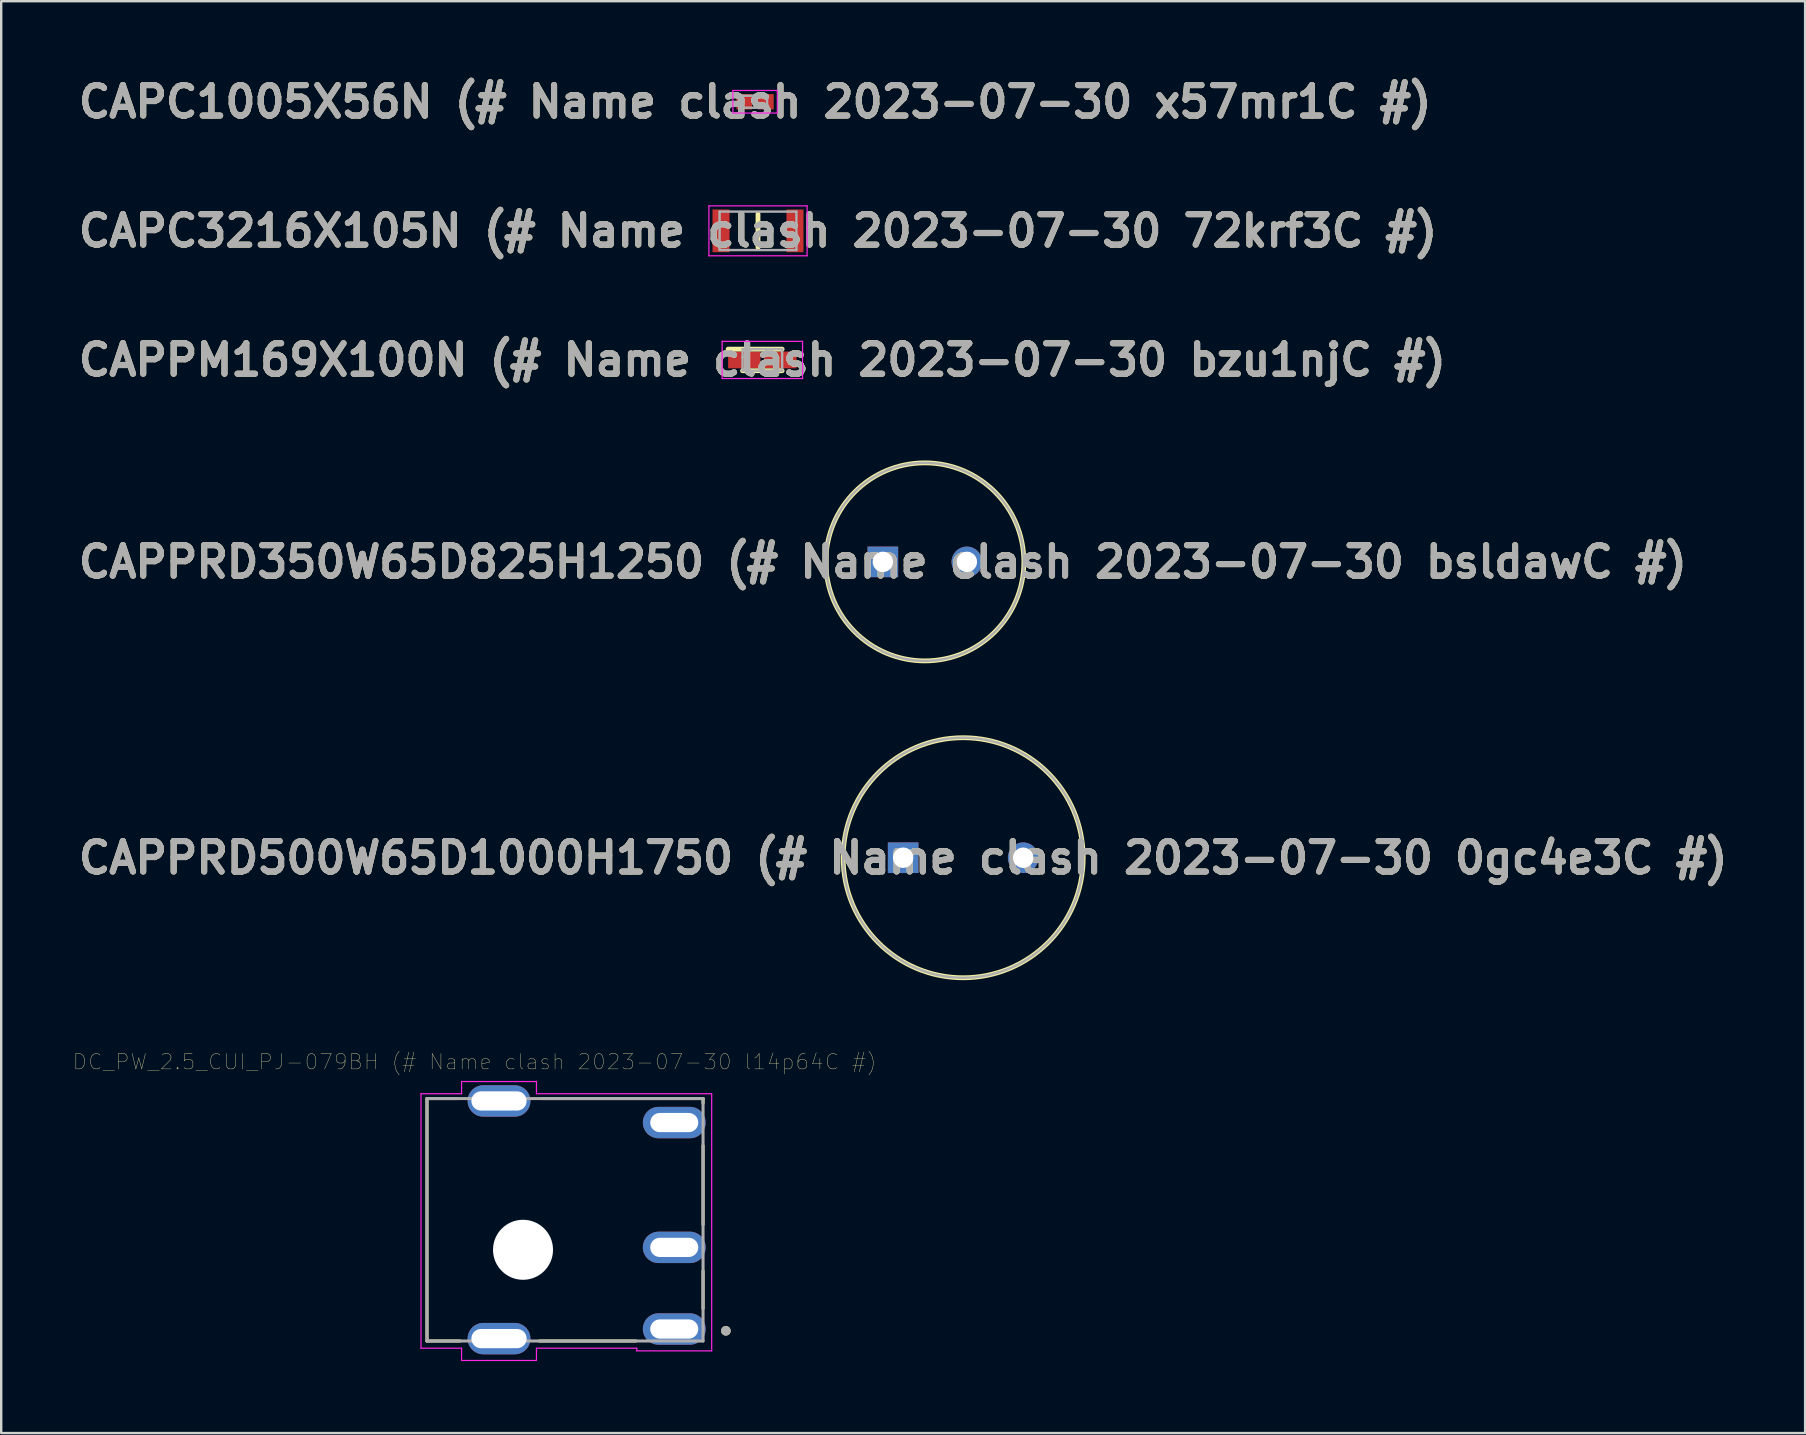
<source format=kicad_pcb>
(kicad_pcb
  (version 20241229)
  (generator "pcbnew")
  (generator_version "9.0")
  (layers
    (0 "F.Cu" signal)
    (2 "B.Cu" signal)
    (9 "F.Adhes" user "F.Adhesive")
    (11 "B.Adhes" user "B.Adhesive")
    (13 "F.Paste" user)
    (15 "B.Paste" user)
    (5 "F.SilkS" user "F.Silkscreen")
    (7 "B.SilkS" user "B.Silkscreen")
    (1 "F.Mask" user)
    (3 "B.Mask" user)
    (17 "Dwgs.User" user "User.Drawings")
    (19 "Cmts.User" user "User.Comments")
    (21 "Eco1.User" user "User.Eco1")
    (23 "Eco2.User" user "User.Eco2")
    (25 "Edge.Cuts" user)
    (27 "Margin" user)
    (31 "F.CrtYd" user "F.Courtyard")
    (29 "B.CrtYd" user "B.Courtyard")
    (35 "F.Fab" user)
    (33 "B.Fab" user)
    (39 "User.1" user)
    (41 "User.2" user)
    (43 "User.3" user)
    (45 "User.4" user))
  (footprint "CAPPRD350W65D825H1250 (# Name clash 2023-07-30 bsldawC #)"
    (layer "F.Cu")
    (at 33.728 20.357)
    (property "Reference" "CAPPRD350W65D825H1250 (# Name clash 2023-07-30 bsldawC #)" (at 0 0 0) (layer "F.SilkS") (effects (font (size 1.27 1.27) (thickness 0.254))))
    (attr through_hole)
    (fp_circle (center 1.75 0) (end 1.75 4.125) (stroke (width 0.2) (type solid)) (fill no) (layer "F.SilkS"))
    (fp_circle (center 1.75 0) (end 1.75 4.125) (stroke (width 0.1) (type solid)) (fill no) (layer "F.Fab"))
    (fp_text user "${REFERENCE}" (at 0 0 0) (layer "F.Fab") (effects (font (size 1.27 1.27) (thickness 0.254))))
    (pad "1" thru_hole rect (at 0 0) (size 1.275 1.275) (drill 0.85) (layers "*.Cu" "*.Mask"))
    (pad "2" thru_hole circle (at 3.5 0) (size 1.275 1.275) (drill 0.85) (layers "*.Cu" "*.Mask")))
  (footprint "CAPPM169X100N (# Name clash 2023-07-30 bzu1njC #)"
    (layer "F.Cu")
    (at 28.708 11.944)
    (property "Reference" "CAPPM169X100N (# Name clash 2023-07-30 bzu1njC #)" (at 0 0 0) (layer "F.SilkS") (effects (font (size 1.27 1.27) (thickness 0.254))))
    (attr smd)
    (fp_line (start -0.825 0.45) (end 0.825 0.45) (stroke (width 0.2) (type solid)) (layer "F.SilkS"))
    (fp_line (start 0.825 -0.45) (end -1.425 -0.45) (stroke (width 0.2) (type solid)) (layer "F.SilkS"))
    (fp_line (start -1.675 -0.775) (end 1.675 -0.775) (stroke (width 0.05) (type solid)) (layer "F.CrtYd"))
    (fp_line (start -1.675 0.775) (end -1.675 -0.775) (stroke (width 0.05) (type solid)) (layer "F.CrtYd"))
    (fp_line (start 1.675 -0.775) (end 1.675 0.775) (stroke (width 0.05) (type solid)) (layer "F.CrtYd"))
    (fp_line (start 1.675 0.775) (end -1.675 0.775) (stroke (width 0.05) (type solid)) (layer "F.CrtYd"))
    (fp_line (start -0.825 -0.45) (end 0.825 -0.45) (stroke (width 0.1) (type solid)) (layer "F.Fab"))
    (fp_line (start -0.825 -0.1) (end -0.475 -0.45) (stroke (width 0.1) (type solid)) (layer "F.Fab"))
    (fp_line (start -0.825 0.45) (end -0.825 -0.45) (stroke (width 0.1) (type solid)) (layer "F.Fab"))
    (fp_line (start 0.825 -0.45) (end 0.825 0.45) (stroke (width 0.1) (type solid)) (layer "F.Fab"))
    (fp_line (start 0.825 0.45) (end -0.825 0.45) (stroke (width 0.1) (type solid)) (layer "F.Fab"))
    (fp_text user "${REFERENCE}" (at 0 0 0) (layer "F.Fab") (effects (font (size 1.27 1.27) (thickness 0.254))))
    (pad "1" smd rect (at -0.75 0 90) (size 0.7 1.35) (layers "F.Cu" "F.Mask" "F.Paste"))
    (pad "2" smd rect (at 0.75 0 90) (size 0.7 1.35) (layers "F.Cu" "F.Mask" "F.Paste")))
  (footprint "CAPPRD500W65D1000H1750 (# Name clash 2023-07-30 0gc4e3C #)"
    (layer "F.Cu")
    (at 34.574 32.682)
    (property "Reference" "CAPPRD500W65D1000H1750 (# Name clash 2023-07-30 0gc4e3C #)" (at 0 0 0) (layer "F.SilkS") (effects (font (size 1.27 1.27) (thickness 0.254))))
    (attr through_hole)
    (fp_circle (center 2.5 0) (end 2.5 5) (stroke (width 0.2) (type solid)) (fill no) (layer "F.SilkS"))
    (fp_circle (center 2.5 0) (end 2.5 5) (stroke (width 0.1) (type solid)) (fill no) (layer "F.Fab"))
    (fp_text user "${REFERENCE}" (at 0 0 0) (layer "F.Fab") (effects (font (size 1.27 1.27) (thickness 0.254))))
    (pad "1" thru_hole rect (at 0 0) (size 1.275 1.275) (drill 0.85) (layers "*.Cu" "*.Mask"))
    (pad "2" thru_hole circle (at 5 0) (size 1.275 1.275) (drill 0.85) (layers "*.Cu" "*.Mask")))
  (footprint "CAPC3216X105N (# Name clash 2023-07-30 72krf3C #)"
    (layer "F.Cu")
    (at 28.527 6.566)
    (property "Reference" "CAPC3216X105N (# Name clash 2023-07-30 72krf3C #)" (at 0 0 0) (layer "F.SilkS") (effects (font (size 1.27 1.27) (thickness 0.254))))
    (attr smd)
    (fp_line (start 0 -0.7) (end 0 0.7) (stroke (width 0.2) (type solid)) (layer "F.SilkS"))
    (fp_line (start -2.045 -1.04) (end 2.045 -1.04) (stroke (width 0.05) (type solid)) (layer "F.CrtYd"))
    (fp_line (start -2.045 1.04) (end -2.045 -1.04) (stroke (width 0.05) (type solid)) (layer "F.CrtYd"))
    (fp_line (start 2.045 -1.04) (end 2.045 1.04) (stroke (width 0.05) (type solid)) (layer "F.CrtYd"))
    (fp_line (start 2.045 1.04) (end -2.045 1.04) (stroke (width 0.05) (type solid)) (layer "F.CrtYd"))
    (fp_line (start -1.6 -0.8) (end 1.6 -0.8) (stroke (width 0.1) (type solid)) (layer "F.Fab"))
    (fp_line (start -1.6 0.8) (end -1.6 -0.8) (stroke (width 0.1) (type solid)) (layer "F.Fab"))
    (fp_line (start 1.6 -0.8) (end 1.6 0.8) (stroke (width 0.1) (type solid)) (layer "F.Fab"))
    (fp_line (start 1.6 0.8) (end -1.6 0.8) (stroke (width 0.1) (type solid)) (layer "F.Fab"))
    (fp_text user "${REFERENCE}" (at 0 0 0) (layer "F.Fab") (effects (font (size 1.27 1.27) (thickness 0.254))))
    (pad "1" smd rect (at -1.54 0) (size 0.71 1.78) (layers "F.Cu" "F.Mask" "F.Paste"))
    (pad "2" smd rect (at 1.54 0) (size 0.71 1.78) (layers "F.Cu" "F.Mask" "F.Paste")))
  (footprint "CAPC1005X56N (# Name clash 2023-07-30 x57mr1C #)"
    (layer "F.Cu")
    (at 28.406 1.189)
    (property "Reference" "CAPC1005X56N (# Name clash 2023-07-30 x57mr1C #)" (at 0 0 0) (layer "F.SilkS") (effects (font (size 1.27 1.27) (thickness 0.254))))
    (attr smd)
    (fp_line (start -0.925 -0.47) (end 0.925 -0.47) (stroke (width 0.05) (type solid)) (layer "F.CrtYd"))
    (fp_line (start -0.925 0.47) (end -0.925 -0.47) (stroke (width 0.05) (type solid)) (layer "F.CrtYd"))
    (fp_line (start 0.925 -0.47) (end 0.925 0.47) (stroke (width 0.05) (type solid)) (layer "F.CrtYd"))
    (fp_line (start 0.925 0.47) (end -0.925 0.47) (stroke (width 0.05) (type solid)) (layer "F.CrtYd"))
    (fp_line (start -0.5 -0.25) (end 0.5 -0.25) (stroke (width 0.1) (type solid)) (layer "F.Fab"))
    (fp_line (start -0.5 0.25) (end -0.5 -0.25) (stroke (width 0.1) (type solid)) (layer "F.Fab"))
    (fp_line (start 0.5 -0.25) (end 0.5 0.25) (stroke (width 0.1) (type solid)) (layer "F.Fab"))
    (fp_line (start 0.5 0.25) (end -0.5 0.25) (stroke (width 0.1) (type solid)) (layer "F.Fab"))
    (fp_text user "${REFERENCE}" (at 0 0 0) (layer "F.Fab") (effects (font (size 1.27 1.27) (thickness 0.254))))
    (pad "1" smd rect (at -0.45 0 90) (size 0.64 0.65) (layers "F.Cu" "F.Mask" "F.Paste"))
    (pad "2" smd rect (at 0.45 0 90) (size 0.64 0.65) (layers "F.Cu" "F.Mask" "F.Paste")))
  (footprint "DC_PW_2.5_CUI_PJ-079BH (# Name clash 2023-07-30 l14p64C #)"
    (layer "F.Cu")
    (at 14.738 49.014)
    (property "Reference" "DC_PW_2.5_CUI_PJ-079BH (# Name clash 2023-07-30 l14p64C #)" (at 1.982 -7.831 0) (layer "F.SilkS") (effects (font (size 0.64 0.64) (thickness 0.015))))
    (attr through_hole)
    (fp_line (start 0 -6.3) (end 1.275 -6.3) (stroke (width 0.127) (type solid)) (layer "F.SilkS"))
    (fp_line (start 0 3.8) (end 0 -6.3) (stroke (width 0.127) (type solid)) (layer "F.SilkS"))
    (fp_line (start 1.375 3.8) (end 0 3.8) (stroke (width 0.127) (type solid)) (layer "F.SilkS"))
    (fp_line (start 4.77 -6.3) (end 11.5 -6.3) (stroke (width 0.127) (type solid)) (layer "F.SilkS"))
    (fp_line (start 8.7 3.8) (end 4.68 3.8) (stroke (width 0.127) (type solid)) (layer "F.SilkS"))
    (fp_line (start 11.5 -6.3) (end 11.5 -6.1) (stroke (width 0.127) (type solid)) (layer "F.SilkS"))
    (fp_line (start 11.5 -4.34) (end 11.5 -1.05) (stroke (width 0.127) (type solid)) (layer "F.SilkS"))
    (fp_line (start 11.5 0.88) (end 11.5 2.45) (stroke (width 0.127) (type solid)) (layer "F.SilkS"))
    (fp_circle (center 12.45 3.375) (end 12.55 3.375) (stroke (width 0.2) (type solid)) (fill no) (layer "F.SilkS"))
    (fp_line (start -0.25 4.1) (end -0.25 -6.5) (stroke (width 0.05) (type solid)) (layer "F.CrtYd"))
    (fp_line (start -0.25 4.1) (end 1.44 4.1) (stroke (width 0.05) (type solid)) (layer "F.CrtYd"))
    (fp_line (start 1.44 -6.5) (end -0.25 -6.5) (stroke (width 0.05) (type solid)) (layer "F.CrtYd"))
    (fp_line (start 1.44 -6.5) (end 1.44 -7.01) (stroke (width 0.05) (type solid)) (layer "F.CrtYd"))
    (fp_line (start 1.44 4.1) (end 1.44 4.61) (stroke (width 0.05) (type solid)) (layer "F.CrtYd"))
    (fp_line (start 1.44 4.61) (end 4.56 4.61) (stroke (width 0.05) (type solid)) (layer "F.CrtYd"))
    (fp_line (start 4.56 -7.01) (end 1.44 -7.01) (stroke (width 0.05) (type solid)) (layer "F.CrtYd"))
    (fp_line (start 4.56 -6.5) (end 4.56 -7.01) (stroke (width 0.05) (type solid)) (layer "F.CrtYd"))
    (fp_line (start 4.56 4.1) (end 4.56 4.61) (stroke (width 0.05) (type solid)) (layer "F.CrtYd"))
    (fp_line (start 4.56 4.1) (end 8.74 4.1) (stroke (width 0.05) (type solid)) (layer "F.CrtYd"))
    (fp_line (start 8.74 4.1) (end 8.74 4.21) (stroke (width 0.05) (type solid)) (layer "F.CrtYd"))
    (fp_line (start 8.74 4.21) (end 11.86 4.21) (stroke (width 0.05) (type solid)) (layer "F.CrtYd"))
    (fp_line (start 11.86 -6.5) (end 4.56 -6.5) (stroke (width 0.05) (type solid)) (layer "F.CrtYd"))
    (fp_line (start 11.86 4.21) (end 11.86 -6.5) (stroke (width 0.05) (type solid)) (layer "F.CrtYd"))
    (fp_line (start 0 -6.3) (end 11.5 -6.3) (stroke (width 0.127) (type solid)) (layer "F.Fab"))
    (fp_line (start 0 3.8) (end 0 -6.3) (stroke (width 0.127) (type solid)) (layer "F.Fab"))
    (fp_line (start 0 3.8) (end 11.5 3.8) (stroke (width 0.127) (type solid)) (layer "F.Fab"))
    (fp_line (start 11.5 3.8) (end 11.5 -6.3) (stroke (width 0.127) (type solid)) (layer "F.Fab"))
    (fp_circle (center 12.45 3.375) (end 12.55 3.375) (stroke (width 0.2) (type solid)) (fill no) (layer "F.Fab"))
    (pad "" np_thru_hole circle (at 4 0) (size 2.5 2.5) (drill 2.5) (layers "*.Cu" "*.Mask"))
    (pad "1" thru_hole oval (at 10.3 3.3) (size 2.616 1.308) (drill oval 2 0.8) (layers "*.Cu" "*.Mask"))
    (pad "2" thru_hole oval (at 10.3 -5.3) (size 2.616 1.308) (drill oval 2 0.8) (layers "*.Cu" "*.Mask"))
    (pad "3" thru_hole oval (at 10.3 -0.1) (size 2.616 1.308) (drill oval 2 0.8) (layers "*.Cu" "*.Mask"))
    (pad "S1" thru_hole oval (at 3 -6.2) (size 2.616 1.308) (drill oval 2.3 0.8) (layers "*.Cu" "*.Mask"))
    (pad "S2" thru_hole oval (at 3 3.7) (size 2.616 1.308) (drill oval 2.3 0.8) (layers "*.Cu" "*.Mask")))
  (gr_rect
    (start -3 -3)
    (end 72.148 56.649)
    (stroke (width 0.1) (type default))
    (fill no)
    (layer "Edge.Cuts")))
</source>
